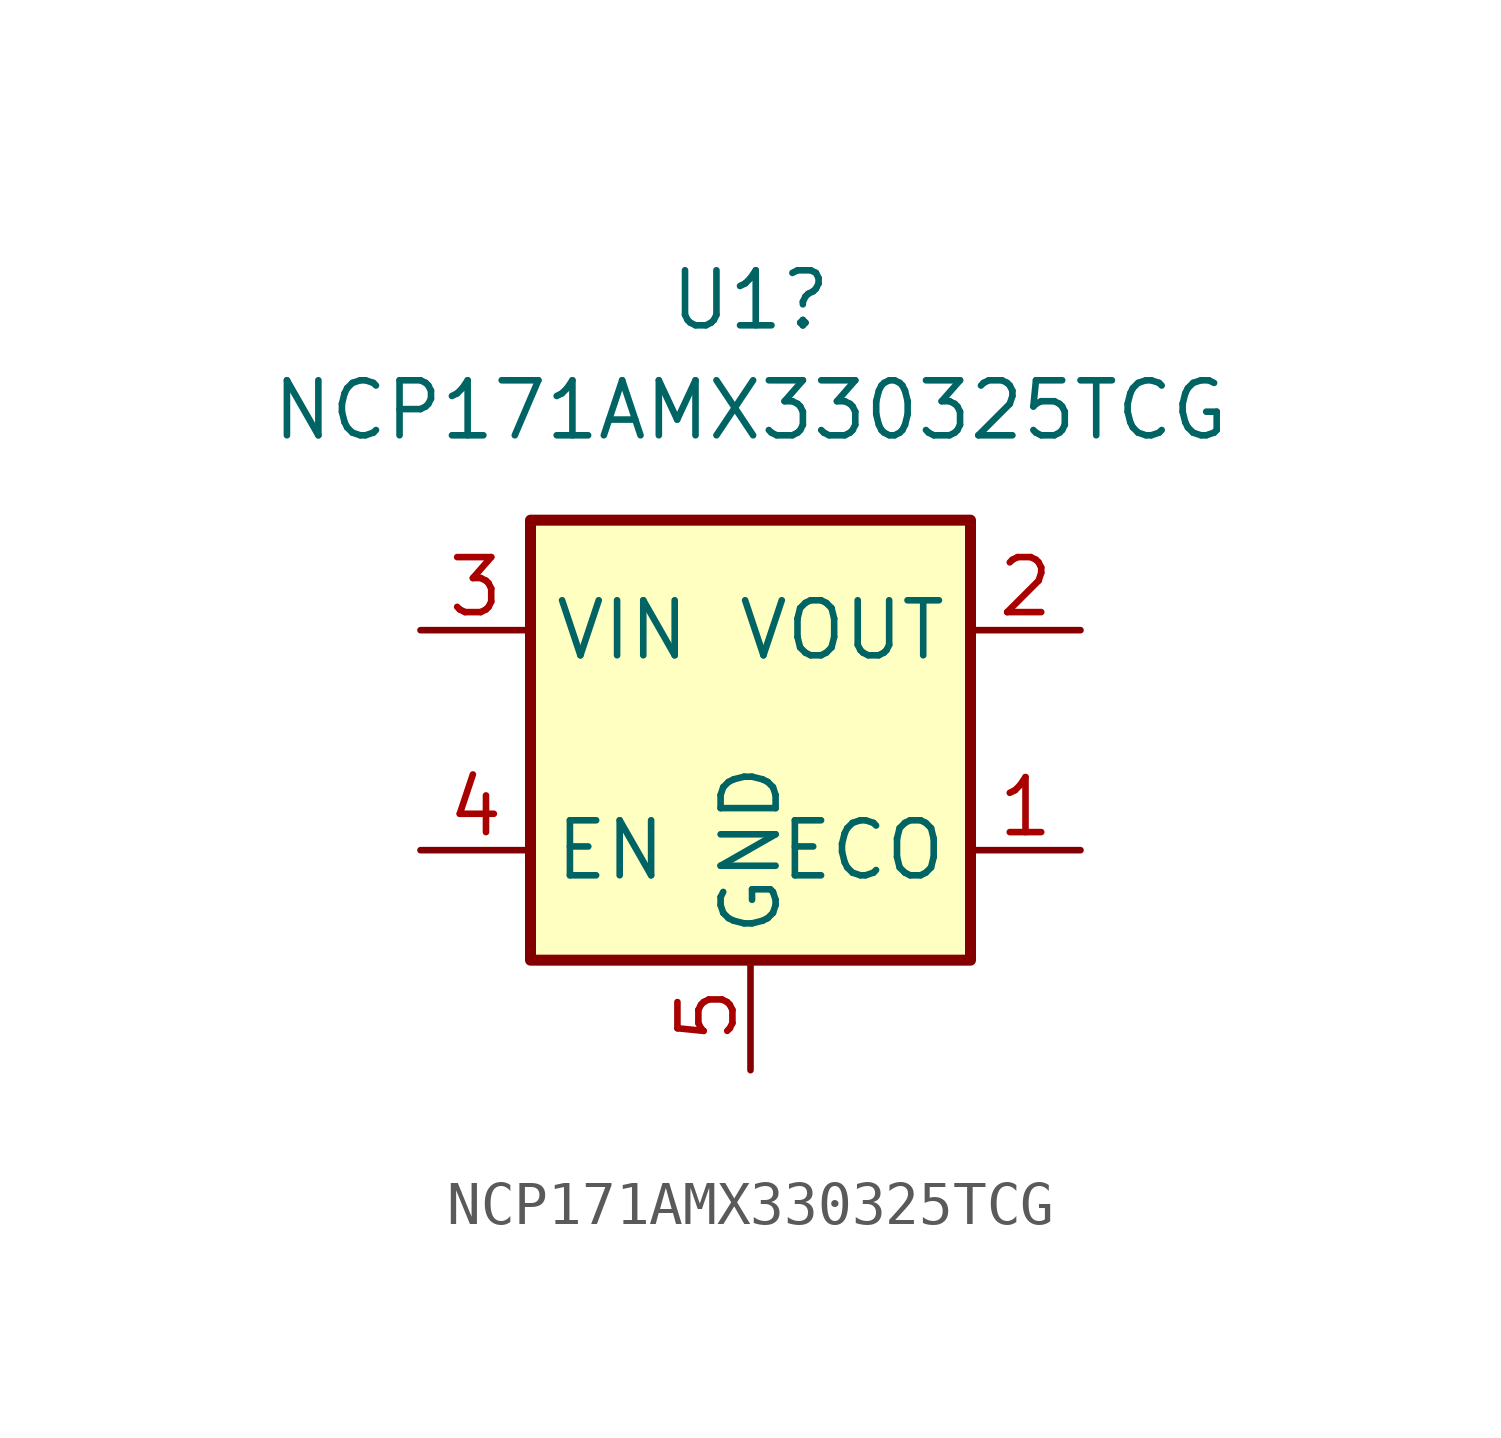
<source format=kicad_sym>
(kicad_symbol_lib
  (version 20241209)
  (generator "kicad_symbol_editor")
  (generator_version "9.0")
  (symbol "NCP171AMX330325TCG"
    (property "Reference" "U1"
      (at 0 10.16 0)
      (effects (font (size 1.27 1.27))))
    (property "Value" "NCP171AMX330325TCG"
      (at 0 7.62 0)
      (effects (font (size 1.27 1.27))))
    (symbol "NCP171AMX330325TCG_0_1"
      (rectangle (start -5.08 5.08) (end 5.08 -5.08) (stroke (width 0.254) (type default)) (fill (type background))))
    (symbol "NCP171AMX330325TCG_1_1"
      (pin power_in line (at -7.62 2.54 0) (length 2.54) (name "VIN" (effects (font (size 1.27 1.27)))) (number "3" (effects (font (size 1.27 1.27)))))
      (pin input line (at -7.62 -2.54 0) (length 2.54) (name "EN" (effects (font (size 1.27 1.27)))) (number "4" (effects (font (size 1.27 1.27)))))
      (pin power_in line (at 0 -7.62 90) (length 2.54) (name "GND" (effects (font (size 1.27 1.27)))) (number "5" (effects (font (size 1.27 1.27)))))
      (pin power_out line (at 7.62 2.54 180) (length 2.54) (name "VOUT" (effects (font (size 1.27 1.27)))) (number "2" (effects (font (size 1.27 1.27)))))
      (pin input line (at 7.62 -2.54 180) (length 2.54) (name "ECO" (effects (font (size 1.27 1.27)))) (number "1" (effects (font (size 1.27 1.27))))))))
</source>
